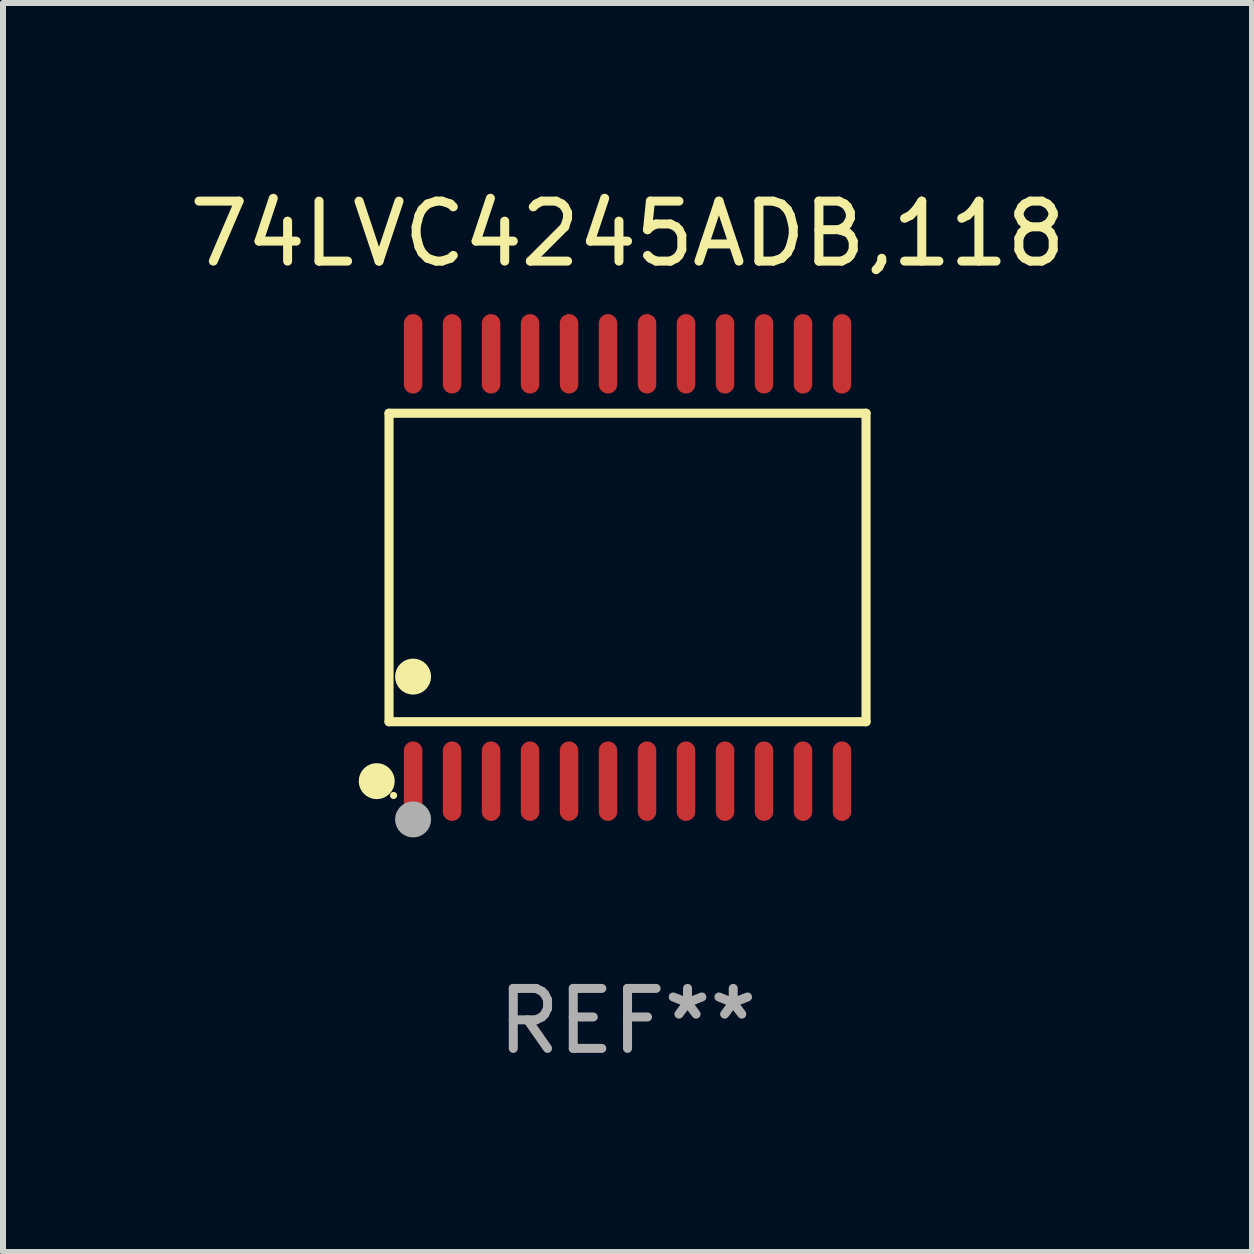
<source format=kicad_pcb>
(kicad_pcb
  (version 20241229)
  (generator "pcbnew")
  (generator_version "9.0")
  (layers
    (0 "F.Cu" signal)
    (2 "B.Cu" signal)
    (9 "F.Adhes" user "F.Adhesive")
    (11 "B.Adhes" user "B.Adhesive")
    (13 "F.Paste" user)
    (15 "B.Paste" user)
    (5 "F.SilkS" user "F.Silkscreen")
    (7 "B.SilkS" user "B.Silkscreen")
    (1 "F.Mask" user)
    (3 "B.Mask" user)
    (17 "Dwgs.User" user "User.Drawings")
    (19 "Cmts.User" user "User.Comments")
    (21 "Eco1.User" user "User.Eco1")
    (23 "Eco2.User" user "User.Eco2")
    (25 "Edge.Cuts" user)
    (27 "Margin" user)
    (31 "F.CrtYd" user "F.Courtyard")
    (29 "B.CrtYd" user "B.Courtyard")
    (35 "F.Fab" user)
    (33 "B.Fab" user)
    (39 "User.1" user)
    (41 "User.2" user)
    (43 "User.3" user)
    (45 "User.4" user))
  (footprint "74LVC4245ADB,118"
    (layer "F.Cu")
    (at 7.411 6.41)
    (property "Reference" "74LVC4245ADB,118" (at 0 -5.562 0) (layer "F.SilkS") (effects (font (size 1 1) (thickness 0.15))))
    (attr through_hole)
    (fp_line (start -3.976 -2.571) (end 3.976 -2.571) (stroke (width 0.152) (type solid)) (layer "F.SilkS"))
    (fp_line (start -3.976 2.571) (end -3.976 -2.571) (stroke (width 0.152) (type solid)) (layer "F.SilkS"))
    (fp_line (start 3.976 -2.571) (end 3.976 2.571) (stroke (width 0.152) (type solid)) (layer "F.SilkS"))
    (fp_line (start 3.976 2.571) (end -3.976 2.571) (stroke (width 0.152) (type solid)) (layer "F.SilkS"))
    (fp_circle (center -4.181 3.562) (end -4.031 3.562) (stroke (width 0.3) (type solid)) (fill no) (layer "F.SilkS"))
    (fp_circle (center -3.9 3.8) (end -3.87 3.8) (stroke (width 0.06) (type solid)) (fill no) (layer "F.SilkS"))
    (fp_circle (center -3.575 1.819) (end -3.425 1.819) (stroke (width 0.3) (type solid)) (fill no) (layer "F.SilkS"))
    (fp_circle (center -3.575 4.2) (end -3.425 4.2) (stroke (width 0.3) (type solid)) (fill no) (layer "F.Fab"))
    (fp_text user "REF**" (at 0 7.562 0) (layer "F.Fab") (effects (font (size 1 1) (thickness 0.15))))
    (pad "1" smd oval (at -3.575 3.562) (size 0.308 1.324) (layers "F.Cu" "F.Mask" "F.Paste"))
    (pad "2" smd oval (at -2.925 3.562) (size 0.308 1.324) (layers "F.Cu" "F.Mask" "F.Paste"))
    (pad "3" smd oval (at -2.275 3.562) (size 0.308 1.324) (layers "F.Cu" "F.Mask" "F.Paste"))
    (pad "4" smd oval (at -1.625 3.562) (size 0.308 1.324) (layers "F.Cu" "F.Mask" "F.Paste"))
    (pad "5" smd oval (at -0.975 3.562) (size 0.308 1.324) (layers "F.Cu" "F.Mask" "F.Paste"))
    (pad "6" smd oval (at -0.325 3.562) (size 0.308 1.324) (layers "F.Cu" "F.Mask" "F.Paste"))
    (pad "7" smd oval (at 0.325 3.562) (size 0.308 1.324) (layers "F.Cu" "F.Mask" "F.Paste"))
    (pad "8" smd oval (at 0.975 3.562) (size 0.308 1.324) (layers "F.Cu" "F.Mask" "F.Paste"))
    (pad "9" smd oval (at 1.625 3.562) (size 0.308 1.324) (layers "F.Cu" "F.Mask" "F.Paste"))
    (pad "10" smd oval (at 2.275 3.562) (size 0.308 1.324) (layers "F.Cu" "F.Mask" "F.Paste"))
    (pad "11" smd oval (at 2.925 3.562) (size 0.308 1.324) (layers "F.Cu" "F.Mask" "F.Paste"))
    (pad "12" smd oval (at 3.575 3.562) (size 0.308 1.324) (layers "F.Cu" "F.Mask" "F.Paste"))
    (pad "13" smd oval (at 3.575 -3.562) (size 0.308 1.324) (layers "F.Cu" "F.Mask" "F.Paste"))
    (pad "14" smd oval (at 2.925 -3.562) (size 0.308 1.324) (layers "F.Cu" "F.Mask" "F.Paste"))
    (pad "15" smd oval (at 2.275 -3.562) (size 0.308 1.324) (layers "F.Cu" "F.Mask" "F.Paste"))
    (pad "16" smd oval (at 1.625 -3.562) (size 0.308 1.324) (layers "F.Cu" "F.Mask" "F.Paste"))
    (pad "17" smd oval (at 0.975 -3.562) (size 0.308 1.324) (layers "F.Cu" "F.Mask" "F.Paste"))
    (pad "18" smd oval (at 0.325 -3.562) (size 0.308 1.324) (layers "F.Cu" "F.Mask" "F.Paste"))
    (pad "19" smd oval (at -0.325 -3.562) (size 0.308 1.324) (layers "F.Cu" "F.Mask" "F.Paste"))
    (pad "20" smd oval (at -0.975 -3.562) (size 0.308 1.324) (layers "F.Cu" "F.Mask" "F.Paste"))
    (pad "21" smd oval (at -1.625 -3.562) (size 0.308 1.324) (layers "F.Cu" "F.Mask" "F.Paste"))
    (pad "22" smd oval (at -2.275 -3.562) (size 0.308 1.324) (layers "F.Cu" "F.Mask" "F.Paste"))
    (pad "23" smd oval (at -2.925 -3.562) (size 0.308 1.324) (layers "F.Cu" "F.Mask" "F.Paste"))
    (pad "24" smd oval (at -3.575 -3.562) (size 0.308 1.324) (layers "F.Cu" "F.Mask" "F.Paste")))
  (gr_rect
    (start -3 -3)
    (end 17.821 17.821)
    (stroke (width 0.1) (type default))
    (fill no)
    (layer "Edge.Cuts")))
</source>
